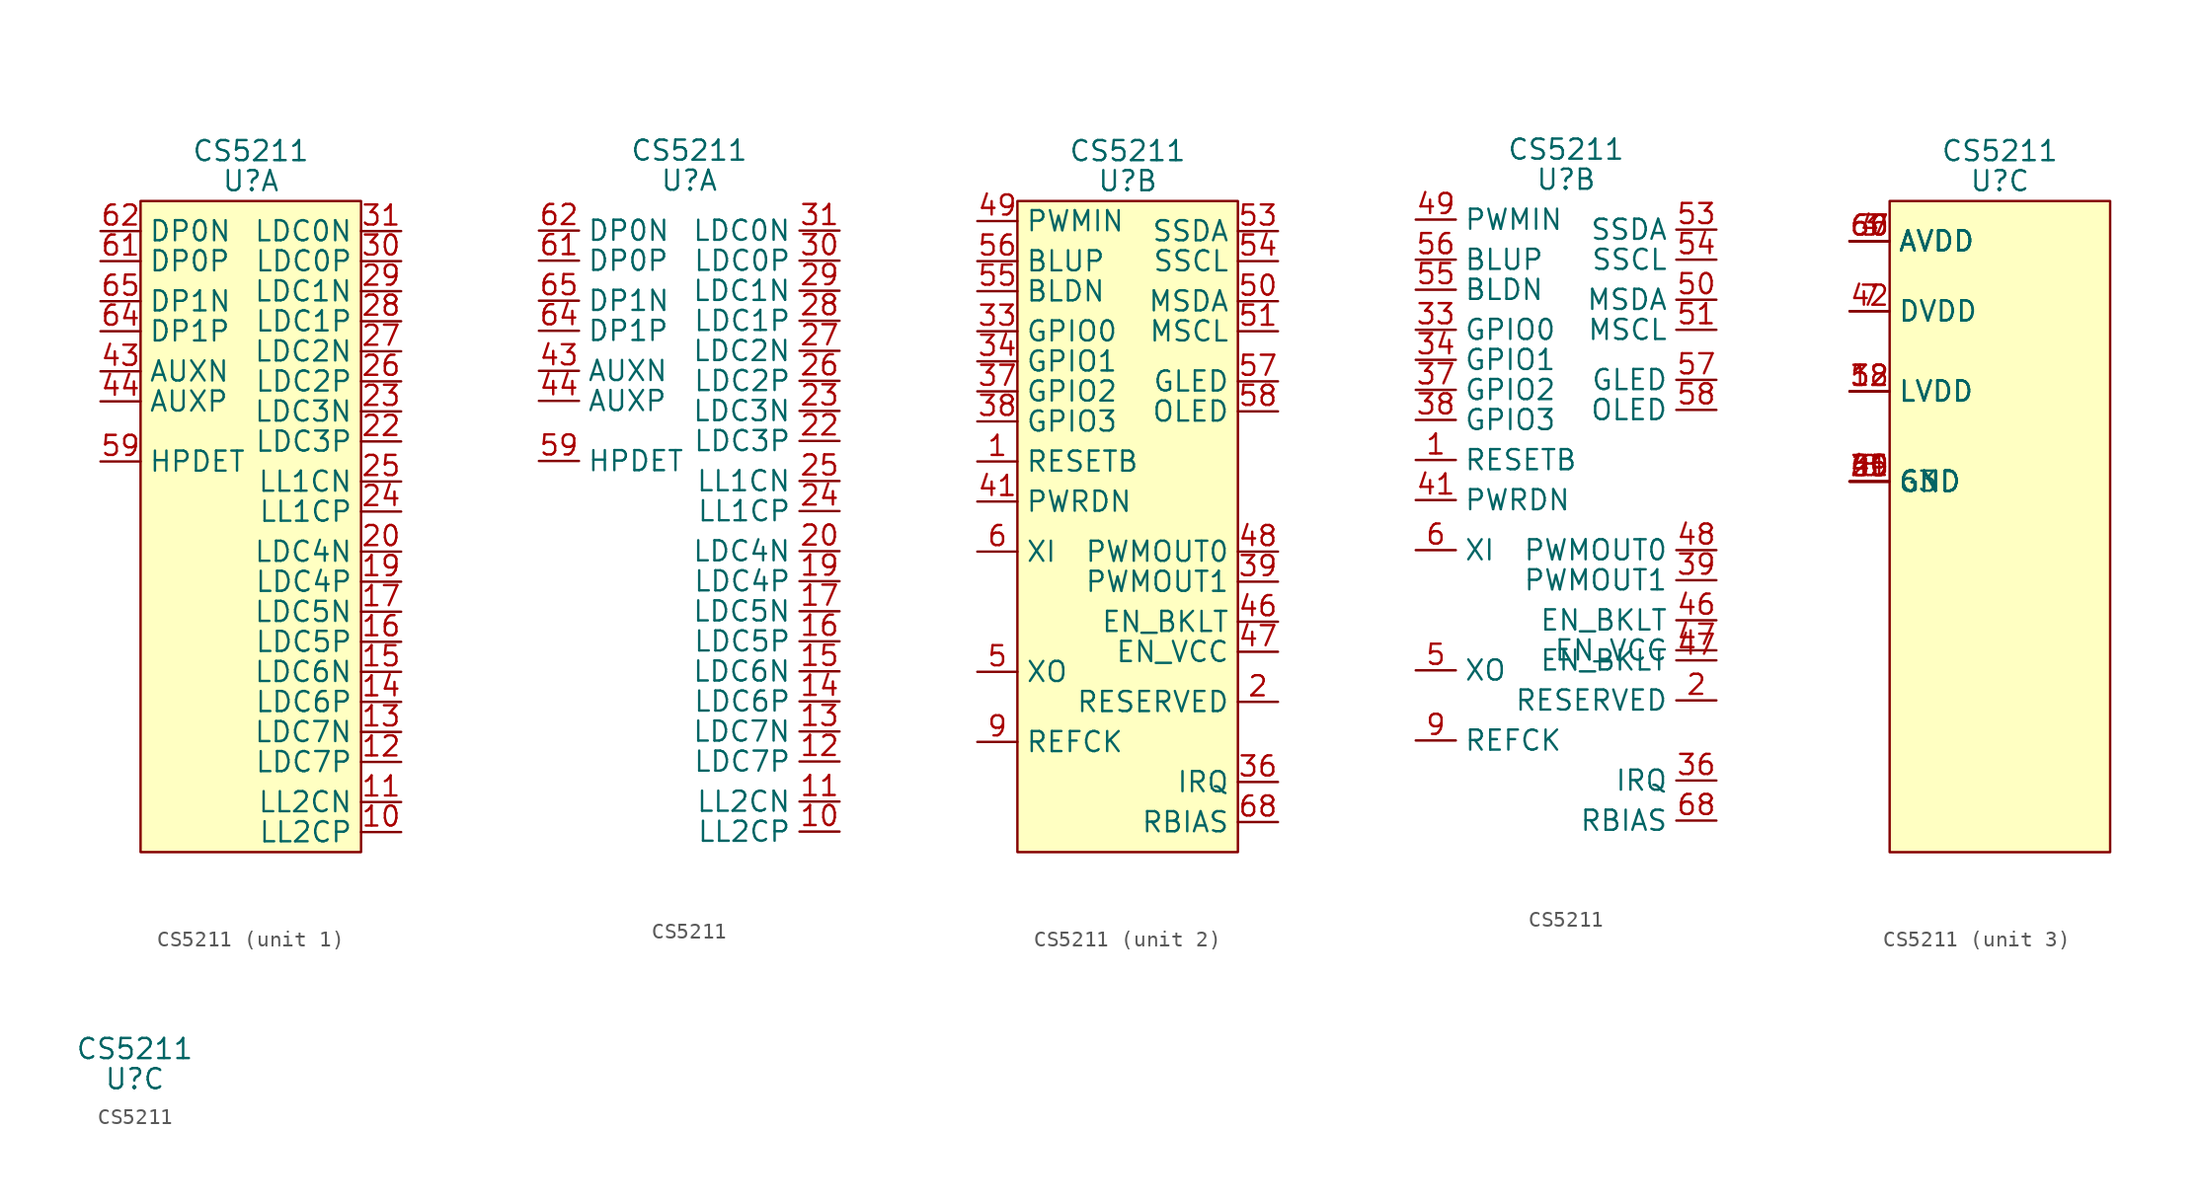
<source format=kicad_sym>
(kicad_symbol_lib
  (version 20220914)
  (generator kicad_symbol_editor)
  (symbol "CS5211"
    (property "Reference" "U"
      (at 0 0 0)
      (effects (font (size 1.27 1.27))))
    (property "Value" "CS5211"
      (at 0 1.905 0)
      (effects (font (size 1.27 1.27))))
    (property "ki_locked" ""
      (at 0 0 0)
      (effects (font (size 1.27 1.27))))
    (symbol "CS5211_0_1"
      (rectangle (start -6.985 -1.27) (end 6.985 -42.545) (stroke (width 0) (type default)) (fill (type background))))
    (symbol "CS5211_1_1"
      (pin input line (at 9.525 -41.275 180) (length 2.54) (name "LL2CP" (effects (font (size 1.27 1.27)))) (number "10" (effects (font (size 1.27 1.27)))))
      (pin input line (at 9.525 -39.37 180) (length 2.54) (name "LL2CN" (effects (font (size 1.27 1.27)))) (number "11" (effects (font (size 1.27 1.27)))))
      (pin input line (at 9.525 -36.83 180) (length 2.54) (name "LDC7P" (effects (font (size 1.27 1.27)))) (number "12" (effects (font (size 1.27 1.27)))))
      (pin input line (at 9.525 -34.925 180) (length 2.54) (name "LDC7N" (effects (font (size 1.27 1.27)))) (number "13" (effects (font (size 1.27 1.27)))))
      (pin input line (at 9.525 -33.02 180) (length 2.54) (name "LDC6P" (effects (font (size 1.27 1.27)))) (number "14" (effects (font (size 1.27 1.27)))))
      (pin input line (at 9.525 -31.115 180) (length 2.54) (name "LDC6N" (effects (font (size 1.27 1.27)))) (number "15" (effects (font (size 1.27 1.27)))))
      (pin input line (at 9.525 -29.21 180) (length 2.54) (name "LDC5P" (effects (font (size 1.27 1.27)))) (number "16" (effects (font (size 1.27 1.27)))))
      (pin input line (at 9.525 -27.305 180) (length 2.54) (name "LDC5N" (effects (font (size 1.27 1.27)))) (number "17" (effects (font (size 1.27 1.27)))))
      (pin input line (at 9.525 -25.4 180) (length 2.54) (name "LDC4P" (effects (font (size 1.27 1.27)))) (number "19" (effects (font (size 1.27 1.27)))))
      (pin input line (at 9.525 -23.495 180) (length 2.54) (name "LDC4N" (effects (font (size 1.27 1.27)))) (number "20" (effects (font (size 1.27 1.27)))))
      (pin input line (at 9.525 -16.51 180) (length 2.54) (name "LDC3P" (effects (font (size 1.27 1.27)))) (number "22" (effects (font (size 1.27 1.27)))))
      (pin input line (at 9.525 -14.605 180) (length 2.54) (name "LDC3N" (effects (font (size 1.27 1.27)))) (number "23" (effects (font (size 1.27 1.27)))))
      (pin input line (at 9.525 -20.955 180) (length 2.54) (name "LL1CP" (effects (font (size 1.27 1.27)))) (number "24" (effects (font (size 1.27 1.27)))))
      (pin input line (at 9.525 -19.05 180) (length 2.54) (name "LL1CN" (effects (font (size 1.27 1.27)))) (number "25" (effects (font (size 1.27 1.27)))))
      (pin input line (at 9.525 -12.7 180) (length 2.54) (name "LDC2P" (effects (font (size 1.27 1.27)))) (number "26" (effects (font (size 1.27 1.27)))))
      (pin input line (at 9.525 -10.795 180) (length 2.54) (name "LDC2N" (effects (font (size 1.27 1.27)))) (number "27" (effects (font (size 1.27 1.27)))))
      (pin input line (at 9.525 -8.89 180) (length 2.54) (name "LDC1P" (effects (font (size 1.27 1.27)))) (number "28" (effects (font (size 1.27 1.27)))))
      (pin input line (at 9.525 -6.985 180) (length 2.54) (name "LDC1N" (effects (font (size 1.27 1.27)))) (number "29" (effects (font (size 1.27 1.27)))))
      (pin input line (at 9.525 -5.08 180) (length 2.54) (name "LDC0P" (effects (font (size 1.27 1.27)))) (number "30" (effects (font (size 1.27 1.27)))))
      (pin input line (at 9.525 -3.175 180) (length 2.54) (name "LDC0N" (effects (font (size 1.27 1.27)))) (number "31" (effects (font (size 1.27 1.27)))))
      (pin input line (at -9.525 -12.065 0) (length 2.54) (name "AUXN" (effects (font (size 1.27 1.27)))) (number "43" (effects (font (size 1.27 1.27)))))
      (pin input line (at -9.525 -13.97 0) (length 2.54) (name "AUXP" (effects (font (size 1.27 1.27)))) (number "44" (effects (font (size 1.27 1.27)))))
      (pin input line (at -9.525 -17.78 0) (length 2.54) (name "HPDET" (effects (font (size 1.27 1.27)))) (number "59" (effects (font (size 1.27 1.27)))))
      (pin input line (at -9.525 -5.08 0) (length 2.54) (name "DP0P" (effects (font (size 1.27 1.27)))) (number "61" (effects (font (size 1.27 1.27)))))
      (pin input line (at -9.525 -3.175 0) (length 2.54) (name "DP0N" (effects (font (size 1.27 1.27)))) (number "62" (effects (font (size 1.27 1.27)))))
      (pin input line (at -9.525 -9.525 0) (length 2.54) (name "DP1P" (effects (font (size 1.27 1.27)))) (number "64" (effects (font (size 1.27 1.27)))))
      (pin input line (at -9.525 -7.62 0) (length 2.54) (name "DP1N" (effects (font (size 1.27 1.27)))) (number "65" (effects (font (size 1.27 1.27))))))
    (symbol "CS5211_1_2"
      (pin input line (at 9.525 -41.275 180) (length 2.54) (name "LL2CP" (effects (font (size 1.27 1.27)))) (number "10" (effects (font (size 1.27 1.27)))))
      (pin input line (at 9.525 -39.37 180) (length 2.54) (name "LL2CN" (effects (font (size 1.27 1.27)))) (number "11" (effects (font (size 1.27 1.27)))))
      (pin input line (at 9.525 -36.83 180) (length 2.54) (name "LDC7P" (effects (font (size 1.27 1.27)))) (number "12" (effects (font (size 1.27 1.27)))))
      (pin input line (at 9.525 -34.925 180) (length 2.54) (name "LDC7N" (effects (font (size 1.27 1.27)))) (number "13" (effects (font (size 1.27 1.27)))))
      (pin input line (at 9.525 -33.02 180) (length 2.54) (name "LDC6P" (effects (font (size 1.27 1.27)))) (number "14" (effects (font (size 1.27 1.27)))))
      (pin input line (at 9.525 -31.115 180) (length 2.54) (name "LDC6N" (effects (font (size 1.27 1.27)))) (number "15" (effects (font (size 1.27 1.27)))))
      (pin input line (at 9.525 -29.21 180) (length 2.54) (name "LDC5P" (effects (font (size 1.27 1.27)))) (number "16" (effects (font (size 1.27 1.27)))))
      (pin input line (at 9.525 -27.305 180) (length 2.54) (name "LDC5N" (effects (font (size 1.27 1.27)))) (number "17" (effects (font (size 1.27 1.27)))))
      (pin input line (at 9.525 -25.4 180) (length 2.54) (name "LDC4P" (effects (font (size 1.27 1.27)))) (number "19" (effects (font (size 1.27 1.27)))))
      (pin input line (at 9.525 -23.495 180) (length 2.54) (name "LDC4N" (effects (font (size 1.27 1.27)))) (number "20" (effects (font (size 1.27 1.27)))))
      (pin input line (at 9.525 -16.51 180) (length 2.54) (name "LDC3P" (effects (font (size 1.27 1.27)))) (number "22" (effects (font (size 1.27 1.27)))))
      (pin input line (at 9.525 -14.605 180) (length 2.54) (name "LDC3N" (effects (font (size 1.27 1.27)))) (number "23" (effects (font (size 1.27 1.27)))))
      (pin input line (at 9.525 -20.955 180) (length 2.54) (name "LL1CP" (effects (font (size 1.27 1.27)))) (number "24" (effects (font (size 1.27 1.27)))))
      (pin input line (at 9.525 -19.05 180) (length 2.54) (name "LL1CN" (effects (font (size 1.27 1.27)))) (number "25" (effects (font (size 1.27 1.27)))))
      (pin input line (at 9.525 -12.7 180) (length 2.54) (name "LDC2P" (effects (font (size 1.27 1.27)))) (number "26" (effects (font (size 1.27 1.27)))))
      (pin input line (at 9.525 -10.795 180) (length 2.54) (name "LDC2N" (effects (font (size 1.27 1.27)))) (number "27" (effects (font (size 1.27 1.27)))))
      (pin input line (at 9.525 -8.89 180) (length 2.54) (name "LDC1P" (effects (font (size 1.27 1.27)))) (number "28" (effects (font (size 1.27 1.27)))))
      (pin input line (at 9.525 -6.985 180) (length 2.54) (name "LDC1N" (effects (font (size 1.27 1.27)))) (number "29" (effects (font (size 1.27 1.27)))))
      (pin input line (at 9.525 -5.08 180) (length 2.54) (name "LDC0P" (effects (font (size 1.27 1.27)))) (number "30" (effects (font (size 1.27 1.27)))))
      (pin input line (at 9.525 -3.175 180) (length 2.54) (name "LDC0N" (effects (font (size 1.27 1.27)))) (number "31" (effects (font (size 1.27 1.27)))))
      (pin input line (at -9.525 -12.065 0) (length 2.54) (name "AUXN" (effects (font (size 1.27 1.27)))) (number "43" (effects (font (size 1.27 1.27)))))
      (pin input line (at -9.525 -13.97 0) (length 2.54) (name "AUXP" (effects (font (size 1.27 1.27)))) (number "44" (effects (font (size 1.27 1.27)))))
      (pin input line (at -9.525 -17.78 0) (length 2.54) (name "HPDET" (effects (font (size 1.27 1.27)))) (number "59" (effects (font (size 1.27 1.27)))))
      (pin input line (at -9.525 -5.08 0) (length 2.54) (name "DP0P" (effects (font (size 1.27 1.27)))) (number "61" (effects (font (size 1.27 1.27)))))
      (pin input line (at -9.525 -3.175 0) (length 2.54) (name "DP0N" (effects (font (size 1.27 1.27)))) (number "62" (effects (font (size 1.27 1.27)))))
      (pin input line (at -9.525 -9.525 0) (length 2.54) (name "DP1P" (effects (font (size 1.27 1.27)))) (number "64" (effects (font (size 1.27 1.27)))))
      (pin input line (at -9.525 -7.62 0) (length 2.54) (name "DP1N" (effects (font (size 1.27 1.27)))) (number "65" (effects (font (size 1.27 1.27))))))
    (symbol "CS5211_2_1"
      (pin input line (at -9.525 -17.78 0) (length 2.54) (name "RESETB" (effects (font (size 1.27 1.27)))) (number "1" (effects (font (size 1.27 1.27)))))
      (pin input line (at 9.525 -33.02 180) (length 2.54) (name "RESERVED" (effects (font (size 1.27 1.27)))) (number "2" (effects (font (size 1.27 1.27)))))
      (pin input line (at -9.525 -9.525 0) (length 2.54) (name "GPIO0" (effects (font (size 1.27 1.27)))) (number "33" (effects (font (size 1.27 1.27)))))
      (pin input line (at -9.525 -11.43 0) (length 2.54) (name "GPIO1" (effects (font (size 1.27 1.27)))) (number "34" (effects (font (size 1.27 1.27)))))
      (pin input line (at 9.525 -38.1 180) (length 2.54) (name "IRQ" (effects (font (size 1.27 1.27)))) (number "36" (effects (font (size 1.27 1.27)))))
      (pin input line (at -9.525 -13.335 0) (length 2.54) (name "GPIO2" (effects (font (size 1.27 1.27)))) (number "37" (effects (font (size 1.27 1.27)))))
      (pin input line (at -9.525 -15.24 0) (length 2.54) (name "GPIO3" (effects (font (size 1.27 1.27)))) (number "38" (effects (font (size 1.27 1.27)))))
      (pin input line (at 9.525 -25.4 180) (length 2.54) (name "PWMOUT1" (effects (font (size 1.27 1.27)))) (number "39" (effects (font (size 1.27 1.27)))))
      (pin input line (at -9.525 -20.32 0) (length 2.54) (name "PWRDN" (effects (font (size 1.27 1.27)))) (number "41" (effects (font (size 1.27 1.27)))))
      (pin input line (at 9.525 -27.94 180) (length 2.54) (name "EN_BKLT" (effects (font (size 1.27 1.27)))) (number "46" (effects (font (size 1.27 1.27)))))
      (pin input line (at 9.525 -29.845 180) (length 2.54) (name "EN_VCC" (effects (font (size 1.27 1.27)))) (number "47" (effects (font (size 1.27 1.27)))))
      (pin input line (at 9.525 -23.495 180) (length 2.54) (name "PWMOUT0" (effects (font (size 1.27 1.27)))) (number "48" (effects (font (size 1.27 1.27)))))
      (pin input line (at -9.525 -2.54 0) (length 2.54) (name "PWMIN" (effects (font (size 1.27 1.27)))) (number "49" (effects (font (size 1.27 1.27)))))
      (pin input line (at -9.525 -31.115 0) (length 2.54) (name "XO" (effects (font (size 1.27 1.27)))) (number "5" (effects (font (size 1.27 1.27)))))
      (pin input line (at 9.525 -7.62 180) (length 2.54) (name "MSDA" (effects (font (size 1.27 1.27)))) (number "50" (effects (font (size 1.27 1.27)))))
      (pin input line (at 9.525 -9.525 180) (length 2.54) (name "MSCL" (effects (font (size 1.27 1.27)))) (number "51" (effects (font (size 1.27 1.27)))))
      (pin input line (at 9.525 -3.175 180) (length 2.54) (name "SSDA" (effects (font (size 1.27 1.27)))) (number "53" (effects (font (size 1.27 1.27)))))
      (pin input line (at 9.525 -5.08 180) (length 2.54) (name "SSCL" (effects (font (size 1.27 1.27)))) (number "54" (effects (font (size 1.27 1.27)))))
      (pin input line (at -9.525 -6.985 0) (length 2.54) (name "BLDN" (effects (font (size 1.27 1.27)))) (number "55" (effects (font (size 1.27 1.27)))))
      (pin input line (at -9.525 -5.08 0) (length 2.54) (name "BLUP" (effects (font (size 1.27 1.27)))) (number "56" (effects (font (size 1.27 1.27)))))
      (pin input line (at 9.525 -12.7 180) (length 2.54) (name "GLED" (effects (font (size 1.27 1.27)))) (number "57" (effects (font (size 1.27 1.27)))))
      (pin input line (at 9.525 -14.605 180) (length 2.54) (name "OLED" (effects (font (size 1.27 1.27)))) (number "58" (effects (font (size 1.27 1.27)))))
      (pin input line (at -9.525 -23.495 0) (length 2.54) (name "XI" (effects (font (size 1.27 1.27)))) (number "6" (effects (font (size 1.27 1.27)))))
      (pin input line (at 9.525 -40.64 180) (length 2.54) (name "RBIAS" (effects (font (size 1.27 1.27)))) (number "68" (effects (font (size 1.27 1.27)))))
      (pin input line (at -9.525 -35.56 0) (length 2.54) (name "REFCK" (effects (font (size 1.27 1.27)))) (number "9" (effects (font (size 1.27 1.27))))))
    (symbol "CS5211_2_2"
      (pin input line (at -9.525 -17.78 0) (length 2.54) (name "RESETB" (effects (font (size 1.27 1.27)))) (number "1" (effects (font (size 1.27 1.27)))))
      (pin input line (at 9.525 -33.02 180) (length 2.54) (name "RESERVED" (effects (font (size 1.27 1.27)))) (number "2" (effects (font (size 1.27 1.27)))))
      (pin input line (at -9.525 -9.525 0) (length 2.54) (name "GPIO0" (effects (font (size 1.27 1.27)))) (number "33" (effects (font (size 1.27 1.27)))))
      (pin input line (at -9.525 -11.43 0) (length 2.54) (name "GPIO1" (effects (font (size 1.27 1.27)))) (number "34" (effects (font (size 1.27 1.27)))))
      (pin input line (at 9.525 -38.1 180) (length 2.54) (name "IRQ" (effects (font (size 1.27 1.27)))) (number "36" (effects (font (size 1.27 1.27)))))
      (pin input line (at -9.525 -13.335 0) (length 2.54) (name "GPIO2" (effects (font (size 1.27 1.27)))) (number "37" (effects (font (size 1.27 1.27)))))
      (pin input line (at -9.525 -15.24 0) (length 2.54) (name "GPIO3" (effects (font (size 1.27 1.27)))) (number "38" (effects (font (size 1.27 1.27)))))
      (pin input line (at 9.525 -25.4 180) (length 2.54) (name "PWMOUT1" (effects (font (size 1.27 1.27)))) (number "39" (effects (font (size 1.27 1.27)))))
      (pin input line (at -9.525 -20.32 0) (length 2.54) (name "PWRDN" (effects (font (size 1.27 1.27)))) (number "41" (effects (font (size 1.27 1.27)))))
      (pin input line (at 9.525 -27.94 180) (length 2.54) (name "EN_BKLT" (effects (font (size 1.27 1.27)))) (number "46" (effects (font (size 1.27 1.27)))))
      (pin input line (at 9.525 -30.48 180) (length 2.54) (name "EN_BKLT" (effects (font (size 1.27 1.27)))) (number "47" (effects (font (size 1.27 1.27)))))
      (pin input line (at 9.525 -29.845 180) (length 2.54) (name "EN_VCC" (effects (font (size 1.27 1.27)))) (number "47" (effects (font (size 1.27 1.27)))))
      (pin input line (at 9.525 -23.495 180) (length 2.54) (name "PWMOUT0" (effects (font (size 1.27 1.27)))) (number "48" (effects (font (size 1.27 1.27)))))
      (pin input line (at -9.525 -2.54 0) (length 2.54) (name "PWMIN" (effects (font (size 1.27 1.27)))) (number "49" (effects (font (size 1.27 1.27)))))
      (pin input line (at -9.525 -31.115 0) (length 2.54) (name "XO" (effects (font (size 1.27 1.27)))) (number "5" (effects (font (size 1.27 1.27)))))
      (pin input line (at 9.525 -7.62 180) (length 2.54) (name "MSDA" (effects (font (size 1.27 1.27)))) (number "50" (effects (font (size 1.27 1.27)))))
      (pin input line (at 9.525 -9.525 180) (length 2.54) (name "MSCL" (effects (font (size 1.27 1.27)))) (number "51" (effects (font (size 1.27 1.27)))))
      (pin input line (at 9.525 -3.175 180) (length 2.54) (name "SSDA" (effects (font (size 1.27 1.27)))) (number "53" (effects (font (size 1.27 1.27)))))
      (pin input line (at 9.525 -5.08 180) (length 2.54) (name "SSCL" (effects (font (size 1.27 1.27)))) (number "54" (effects (font (size 1.27 1.27)))))
      (pin input line (at -9.525 -6.985 0) (length 2.54) (name "BLDN" (effects (font (size 1.27 1.27)))) (number "55" (effects (font (size 1.27 1.27)))))
      (pin input line (at -9.525 -5.08 0) (length 2.54) (name "BLUP" (effects (font (size 1.27 1.27)))) (number "56" (effects (font (size 1.27 1.27)))))
      (pin input line (at 9.525 -12.7 180) (length 2.54) (name "GLED" (effects (font (size 1.27 1.27)))) (number "57" (effects (font (size 1.27 1.27)))))
      (pin input line (at 9.525 -14.605 180) (length 2.54) (name "OLED" (effects (font (size 1.27 1.27)))) (number "58" (effects (font (size 1.27 1.27)))))
      (pin input line (at -9.525 -23.495 0) (length 2.54) (name "XI" (effects (font (size 1.27 1.27)))) (number "6" (effects (font (size 1.27 1.27)))))
      (pin input line (at 9.525 -40.64 180) (length 2.54) (name "RBIAS" (effects (font (size 1.27 1.27)))) (number "68" (effects (font (size 1.27 1.27)))))
      (pin input line (at -9.525 -35.56 0) (length 2.54) (name "REFCK" (effects (font (size 1.27 1.27)))) (number "9" (effects (font (size 1.27 1.27))))))
    (symbol "CS5211_3_1"
      (pin input line (at -9.525 -13.335 0) (length 2.54) (name "LVDD" (effects (font (size 1.27 1.27)))) (number "18" (effects (font (size 1.27 1.27)))))
      (pin input line (at -9.525 -19.05 0) (length 2.54) (name "GND" (effects (font (size 1.27 1.27)))) (number "21" (effects (font (size 1.27 1.27)))))
      (pin input line (at -9.525 -3.81 0) (length 2.54) (name "AVDD" (effects (font (size 1.27 1.27)))) (number "3" (effects (font (size 1.27 1.27)))))
      (pin input line (at -9.525 -13.335 0) (length 2.54) (name "LVDD" (effects (font (size 1.27 1.27)))) (number "32" (effects (font (size 1.27 1.27)))))
      (pin input line (at -9.525 -19.05 0) (length 2.54) (name "GND" (effects (font (size 1.27 1.27)))) (number "35" (effects (font (size 1.27 1.27)))))
      (pin input line (at -9.525 -3.81 0) (length 2.54) (name "AVDD" (effects (font (size 1.27 1.27)))) (number "4" (effects (font (size 1.27 1.27)))))
      (pin input line (at -9.525 -19.05 0) (length 2.54) (name "GND" (effects (font (size 1.27 1.27)))) (number "40" (effects (font (size 1.27 1.27)))))
      (pin input line (at -9.525 -8.255 0) (length 2.54) (name "DVDD" (effects (font (size 1.27 1.27)))) (number "42" (effects (font (size 1.27 1.27)))))
      (pin input line (at -9.525 -19.05 0) (length 2.54) (name "GND" (effects (font (size 1.27 1.27)))) (number "45" (effects (font (size 1.27 1.27)))))
      (pin input line (at -9.525 -13.335 0) (length 2.54) (name "LVDD" (effects (font (size 1.27 1.27)))) (number "52" (effects (font (size 1.27 1.27)))))
      (pin input line (at -9.525 -3.81 0) (length 2.54) (name "AVDD" (effects (font (size 1.27 1.27)))) (number "60" (effects (font (size 1.27 1.27)))))
      (pin input line (at -9.525 -3.81 0) (length 2.54) (name "AVDD" (effects (font (size 1.27 1.27)))) (number "66" (effects (font (size 1.27 1.27)))))
      (pin input line (at -9.525 -3.81 0) (length 2.54) (name "AVDD" (effects (font (size 1.27 1.27)))) (number "67" (effects (font (size 1.27 1.27)))))
      (pin input line (at -9.525 -19.05 0) (length 2.54) (name "63" (effects (font (size 1.27 1.27)))) (number "69" (effects (font (size 1.27 1.27)))))
      (pin input line (at -9.525 -8.255 0) (length 2.54) (name "DVDD" (effects (font (size 1.27 1.27)))) (number "7" (effects (font (size 1.27 1.27)))))
      (pin input line (at -9.525 -19.05 0) (length 2.54) (name "GND" (effects (font (size 1.27 1.27)))) (number "8" (effects (font (size 1.27 1.27))))))))
</source>
